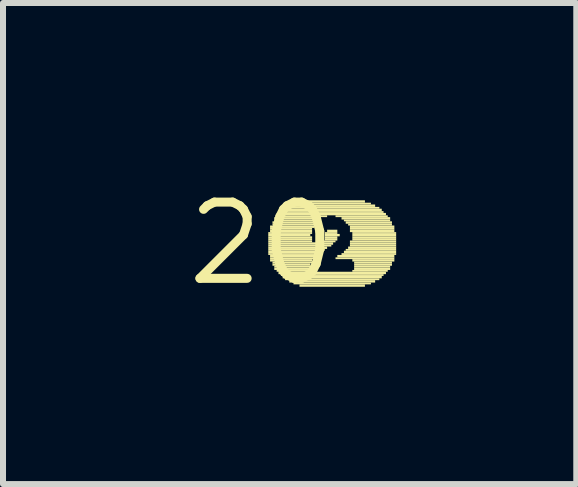
<source format=kicad_pcb>
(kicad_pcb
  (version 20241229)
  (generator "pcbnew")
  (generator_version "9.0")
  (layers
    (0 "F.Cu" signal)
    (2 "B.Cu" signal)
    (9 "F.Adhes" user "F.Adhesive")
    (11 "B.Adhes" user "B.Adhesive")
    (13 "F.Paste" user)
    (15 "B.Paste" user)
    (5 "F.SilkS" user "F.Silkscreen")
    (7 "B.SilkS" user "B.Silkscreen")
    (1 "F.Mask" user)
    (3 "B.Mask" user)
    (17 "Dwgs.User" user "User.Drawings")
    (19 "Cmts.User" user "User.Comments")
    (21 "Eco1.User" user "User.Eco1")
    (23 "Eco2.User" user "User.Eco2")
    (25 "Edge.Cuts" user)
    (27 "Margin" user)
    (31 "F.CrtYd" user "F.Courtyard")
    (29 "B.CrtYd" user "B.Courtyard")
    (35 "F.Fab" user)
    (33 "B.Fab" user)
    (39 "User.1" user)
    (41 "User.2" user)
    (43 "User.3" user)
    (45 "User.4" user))
  (footprint "20"
    (layer "F.Cu")
    (at 1.308 1.006)
    (property "Reference" "20" (at 0 0 0) (layer "F.SilkS") (effects (font (size 1.27 1.27) (thickness 0.15))))
    (fp_poly (pts (xy 0.11 -0.16) (xy 0.84 -0.16) (xy 0.84 -0.19) (xy 0.11 -0.19)) (stroke (width 0) (type default)) (fill yes) (layer "F.SilkS"))
    (fp_poly (pts (xy 0.11 -0.12) (xy 0.81 -0.12) (xy 0.81 -0.16) (xy 0.11 -0.16)) (stroke (width 0) (type default)) (fill yes) (layer "F.SilkS"))
    (fp_poly (pts (xy 0.11 -0.09) (xy 0.84 -0.09) (xy 0.84 -0.12) (xy 0.11 -0.12)) (stroke (width 0) (type default)) (fill yes) (layer "F.SilkS"))
    (fp_poly (pts (xy 0.11 -0.05) (xy 0.84 -0.05) (xy 0.84 -0.09) (xy 0.11 -0.09)) (stroke (width 0) (type default)) (fill yes) (layer "F.SilkS"))
    (fp_poly (pts (xy 0.11 -0.02) (xy 0.84 -0.02) (xy 0.84 -0.05) (xy 0.11 -0.05)) (stroke (width 0) (type default)) (fill yes) (layer "F.SilkS"))
    (fp_poly (pts (xy 0.11 0.02) (xy 1.19 0.02) (xy 1.19 -0.02) (xy 0.11 -0.02)) (stroke (width 0) (type default)) (fill yes) (layer "F.SilkS"))
    (fp_poly (pts (xy 0.11 0.05) (xy 1.16 0.05) (xy 1.16 0.02) (xy 0.11 0.02)) (stroke (width 0) (type default)) (fill yes) (layer "F.SilkS"))
    (fp_poly (pts (xy 0.11 0.09) (xy 1.09 0.09) (xy 1.09 0.05) (xy 0.11 0.05)) (stroke (width 0) (type default)) (fill yes) (layer "F.SilkS"))
    (fp_poly (pts (xy 0.11 0.12) (xy 1.05 0.12) (xy 1.05 0.09) (xy 0.11 0.09)) (stroke (width 0) (type default)) (fill yes) (layer "F.SilkS"))
    (fp_poly (pts (xy 0.11 0.16) (xy 0.98 0.16) (xy 0.98 0.12) (xy 0.11 0.12)) (stroke (width 0) (type default)) (fill yes) (layer "F.SilkS"))
    (fp_poly (pts (xy 0.11 0.19) (xy 0.95 0.19) (xy 0.95 0.16) (xy 0.11 0.16)) (stroke (width 0) (type default)) (fill yes) (layer "F.SilkS"))
    (fp_poly (pts (xy 0.14 -0.26) (xy 0.88 -0.26) (xy 0.88 -0.3) (xy 0.14 -0.3)) (stroke (width 0) (type default)) (fill yes) (layer "F.SilkS"))
    (fp_poly (pts (xy 0.14 -0.23) (xy 0.84 -0.23) (xy 0.84 -0.26) (xy 0.14 -0.26)) (stroke (width 0) (type default)) (fill yes) (layer "F.SilkS"))
    (fp_poly (pts (xy 0.14 -0.19) (xy 0.84 -0.19) (xy 0.84 -0.23) (xy 0.14 -0.23)) (stroke (width 0) (type default)) (fill yes) (layer "F.SilkS"))
    (fp_poly (pts (xy 0.14 0.23) (xy 0.91 0.23) (xy 0.91 0.19) (xy 0.14 0.19)) (stroke (width 0) (type default)) (fill yes) (layer "F.SilkS"))
    (fp_poly (pts (xy 0.14 0.26) (xy 0.88 0.26) (xy 0.88 0.23) (xy 0.14 0.23)) (stroke (width 0) (type default)) (fill yes) (layer "F.SilkS"))
    (fp_poly (pts (xy 0.14 0.3) (xy 0.84 0.3) (xy 0.84 0.26) (xy 0.14 0.26)) (stroke (width 0) (type default)) (fill yes) (layer "F.SilkS"))
    (fp_poly (pts (xy 0.18 -0.33) (xy 0.91 -0.33) (xy 0.91 -0.37) (xy 0.18 -0.37)) (stroke (width 0) (type default)) (fill yes) (layer "F.SilkS"))
    (fp_poly (pts (xy 0.18 -0.3) (xy 0.88 -0.3) (xy 0.88 -0.33) (xy 0.18 -0.33)) (stroke (width 0) (type default)) (fill yes) (layer "F.SilkS"))
    (fp_poly (pts (xy 0.18 0.33) (xy 0.84 0.33) (xy 0.84 0.3) (xy 0.18 0.3)) (stroke (width 0) (type default)) (fill yes) (layer "F.SilkS"))
    (fp_poly (pts (xy 0.18 0.37) (xy 0.81 0.37) (xy 0.81 0.33) (xy 0.18 0.33)) (stroke (width 0) (type default)) (fill yes) (layer "F.SilkS"))
    (fp_poly (pts (xy 0.21 -0.4) (xy 0.98 -0.4) (xy 0.98 -0.44) (xy 0.21 -0.44)) (stroke (width 0) (type default)) (fill yes) (layer "F.SilkS"))
    (fp_poly (pts (xy 0.21 -0.37) (xy 0.95 -0.37) (xy 0.95 -0.4) (xy 0.21 -0.4)) (stroke (width 0) (type default)) (fill yes) (layer "F.SilkS"))
    (fp_poly (pts (xy 0.21 0.4) (xy 0.84 0.4) (xy 0.84 0.37) (xy 0.21 0.37)) (stroke (width 0) (type default)) (fill yes) (layer "F.SilkS"))
    (fp_poly (pts (xy 0.21 0.44) (xy 0.84 0.44) (xy 0.84 0.4) (xy 0.21 0.4)) (stroke (width 0) (type default)) (fill yes) (layer "F.SilkS"))
    (fp_poly (pts (xy 0.25 -0.44) (xy 1.09 -0.44) (xy 1.09 -0.47) (xy 0.25 -0.47)) (stroke (width 0) (type default)) (fill yes) (layer "F.SilkS"))
    (fp_poly (pts (xy 0.25 0.47) (xy 0.88 0.47) (xy 0.88 0.44) (xy 0.25 0.44)) (stroke (width 0) (type default)) (fill yes) (layer "F.SilkS"))
    (fp_poly (pts (xy 0.28 -0.47) (xy 2.07 -0.47) (xy 2.07 -0.51) (xy 0.28 -0.51)) (stroke (width 0) (type default)) (fill yes) (layer "F.SilkS"))
    (fp_poly (pts (xy 0.28 0.51) (xy 2.07 0.51) (xy 2.07 0.47) (xy 0.28 0.47)) (stroke (width 0) (type default)) (fill yes) (layer "F.SilkS"))
    (fp_poly (pts (xy 0.32 -0.51) (xy 2.03 -0.51) (xy 2.03 -0.54) (xy 0.32 -0.54)) (stroke (width 0) (type default)) (fill yes) (layer "F.SilkS"))
    (fp_poly (pts (xy 0.32 0.54) (xy 2.03 0.54) (xy 2.03 0.51) (xy 0.32 0.51)) (stroke (width 0) (type default)) (fill yes) (layer "F.SilkS"))
    (fp_poly (pts (xy 0.35 -0.54) (xy 2 -0.54) (xy 2 -0.58) (xy 0.35 -0.58)) (stroke (width 0) (type default)) (fill yes) (layer "F.SilkS"))
    (fp_poly (pts (xy 0.35 0.58) (xy 2 0.58) (xy 2 0.54) (xy 0.35 0.54)) (stroke (width 0) (type default)) (fill yes) (layer "F.SilkS"))
    (fp_poly (pts (xy 0.39 -0.58) (xy 1.96 -0.58) (xy 1.96 -0.61) (xy 0.39 -0.61)) (stroke (width 0) (type default)) (fill yes) (layer "F.SilkS"))
    (fp_poly (pts (xy 0.39 0.61) (xy 1.96 0.61) (xy 1.96 0.58) (xy 0.39 0.58)) (stroke (width 0) (type default)) (fill yes) (layer "F.SilkS"))
    (fp_poly (pts (xy 0.46 -0.61) (xy 1.89 -0.61) (xy 1.89 -0.65) (xy 0.46 -0.65)) (stroke (width 0) (type default)) (fill yes) (layer "F.SilkS"))
    (fp_poly (pts (xy 0.46 0.65) (xy 1.89 0.65) (xy 1.89 0.61) (xy 0.46 0.61)) (stroke (width 0) (type default)) (fill yes) (layer "F.SilkS"))
    (fp_poly (pts (xy 0.53 -0.65) (xy 1.82 -0.65) (xy 1.82 -0.68) (xy 0.53 -0.68)) (stroke (width 0) (type default)) (fill yes) (layer "F.SilkS"))
    (fp_poly (pts (xy 0.53 0.68) (xy 1.82 0.68) (xy 1.82 0.65) (xy 0.53 0.65)) (stroke (width 0) (type default)) (fill yes) (layer "F.SilkS"))
    (fp_poly (pts (xy 0.63 -0.68) (xy 1.72 -0.68) (xy 1.72 -0.72) (xy 0.63 -0.72)) (stroke (width 0) (type default)) (fill yes) (layer "F.SilkS"))
    (fp_poly (pts (xy 0.63 0.72) (xy 1.72 0.72) (xy 1.72 0.68) (xy 0.63 0.68)) (stroke (width 0) (type default)) (fill yes) (layer "F.SilkS"))
    (fp_poly (pts (xy 1.02 -0.02) (xy 1.23 -0.02) (xy 1.23 -0.05) (xy 1.02 -0.05)) (stroke (width 0) (type default)) (fill yes) (layer "F.SilkS"))
    (fp_poly (pts (xy 1.05 -0.16) (xy 1.26 -0.16) (xy 1.26 -0.19) (xy 1.05 -0.19)) (stroke (width 0) (type default)) (fill yes) (layer "F.SilkS"))
    (fp_poly (pts (xy 1.05 -0.12) (xy 1.3 -0.12) (xy 1.3 -0.16) (xy 1.05 -0.16)) (stroke (width 0) (type default)) (fill yes) (layer "F.SilkS"))
    (fp_poly (pts (xy 1.05 -0.09) (xy 1.26 -0.09) (xy 1.26 -0.12) (xy 1.05 -0.12)) (stroke (width 0) (type default)) (fill yes) (layer "F.SilkS"))
    (fp_poly (pts (xy 1.05 -0.05) (xy 1.26 -0.05) (xy 1.26 -0.09) (xy 1.05 -0.09)) (stroke (width 0) (type default)) (fill yes) (layer "F.SilkS"))
    (fp_poly (pts (xy 1.09 -0.19) (xy 1.26 -0.19) (xy 1.26 -0.23) (xy 1.09 -0.23)) (stroke (width 0) (type default)) (fill yes) (layer "F.SilkS"))
    (fp_poly (pts (xy 1.23 -0.44) (xy 2.1 -0.44) (xy 2.1 -0.47) (xy 1.23 -0.47)) (stroke (width 0) (type default)) (fill yes) (layer "F.SilkS"))
    (fp_poly (pts (xy 1.23 0.26) (xy 2.21 0.26) (xy 2.21 0.23) (xy 1.23 0.23)) (stroke (width 0) (type default)) (fill yes) (layer "F.SilkS"))
    (fp_poly (pts (xy 1.26 0.23) (xy 2.21 0.23) (xy 2.21 0.19) (xy 1.26 0.19)) (stroke (width 0) (type default)) (fill yes) (layer "F.SilkS"))
    (fp_poly (pts (xy 1.33 -0.4) (xy 2.14 -0.4) (xy 2.14 -0.44) (xy 1.33 -0.44)) (stroke (width 0) (type default)) (fill yes) (layer "F.SilkS"))
    (fp_poly (pts (xy 1.33 0.19) (xy 2.24 0.19) (xy 2.24 0.16) (xy 1.33 0.16)) (stroke (width 0) (type default)) (fill yes) (layer "F.SilkS"))
    (fp_poly (pts (xy 1.37 -0.37) (xy 2.14 -0.37) (xy 2.14 -0.4) (xy 1.37 -0.4)) (stroke (width 0) (type default)) (fill yes) (layer "F.SilkS"))
    (fp_poly (pts (xy 1.37 0.16) (xy 2.24 0.16) (xy 2.24 0.12) (xy 1.37 0.12)) (stroke (width 0) (type default)) (fill yes) (layer "F.SilkS"))
    (fp_poly (pts (xy 1.4 -0.33) (xy 2.17 -0.33) (xy 2.17 -0.37) (xy 1.4 -0.37)) (stroke (width 0) (type default)) (fill yes) (layer "F.SilkS"))
    (fp_poly (pts (xy 1.4 0.12) (xy 2.24 0.12) (xy 2.24 0.09) (xy 1.4 0.09)) (stroke (width 0) (type default)) (fill yes) (layer "F.SilkS"))
    (fp_poly (pts (xy 1.44 -0.3) (xy 2.17 -0.3) (xy 2.17 -0.33) (xy 1.44 -0.33)) (stroke (width 0) (type default)) (fill yes) (layer "F.SilkS"))
    (fp_poly (pts (xy 1.44 0.09) (xy 2.24 0.09) (xy 2.24 0.05) (xy 1.44 0.05)) (stroke (width 0) (type default)) (fill yes) (layer "F.SilkS"))
    (fp_poly (pts (xy 1.47 -0.26) (xy 2.21 -0.26) (xy 2.21 -0.3) (xy 1.47 -0.3)) (stroke (width 0) (type default)) (fill yes) (layer "F.SilkS"))
    (fp_poly (pts (xy 1.47 -0.23) (xy 2.21 -0.23) (xy 2.21 -0.26) (xy 1.47 -0.26)) (stroke (width 0) (type default)) (fill yes) (layer "F.SilkS"))
    (fp_poly (pts (xy 1.47 -0.19) (xy 2.21 -0.19) (xy 2.21 -0.23) (xy 1.47 -0.23)) (stroke (width 0) (type default)) (fill yes) (layer "F.SilkS"))
    (fp_poly (pts (xy 1.47 -0.02) (xy 2.24 -0.02) (xy 2.24 -0.05) (xy 1.47 -0.05)) (stroke (width 0) (type default)) (fill yes) (layer "F.SilkS"))
    (fp_poly (pts (xy 1.47 0.02) (xy 2.24 0.02) (xy 2.24 -0.02) (xy 1.47 -0.02)) (stroke (width 0) (type default)) (fill yes) (layer "F.SilkS"))
    (fp_poly (pts (xy 1.47 0.05) (xy 2.24 0.05) (xy 2.24 0.02) (xy 1.47 0.02)) (stroke (width 0) (type default)) (fill yes) (layer "F.SilkS"))
    (fp_poly (pts (xy 1.51 -0.16) (xy 2.24 -0.16) (xy 2.24 -0.19) (xy 1.51 -0.19)) (stroke (width 0) (type default)) (fill yes) (layer "F.SilkS"))
    (fp_poly (pts (xy 1.51 -0.12) (xy 2.24 -0.12) (xy 2.24 -0.16) (xy 1.51 -0.16)) (stroke (width 0) (type default)) (fill yes) (layer "F.SilkS"))
    (fp_poly (pts (xy 1.51 -0.09) (xy 2.24 -0.09) (xy 2.24 -0.12) (xy 1.51 -0.12)) (stroke (width 0) (type default)) (fill yes) (layer "F.SilkS"))
    (fp_poly (pts (xy 1.51 -0.05) (xy 2.24 -0.05) (xy 2.24 -0.09) (xy 1.51 -0.09)) (stroke (width 0) (type default)) (fill yes) (layer "F.SilkS"))
    (fp_poly (pts (xy 1.51 0.3) (xy 2.21 0.3) (xy 2.21 0.26) (xy 1.51 0.26)) (stroke (width 0) (type default)) (fill yes) (layer "F.SilkS"))
    (fp_poly (pts (xy 1.51 0.47) (xy 2.1 0.47) (xy 2.1 0.44) (xy 1.51 0.44)) (stroke (width 0) (type default)) (fill yes) (layer "F.SilkS"))
    (fp_poly (pts (xy 1.54 0.33) (xy 2.17 0.33) (xy 2.17 0.3) (xy 1.54 0.3)) (stroke (width 0) (type default)) (fill yes) (layer "F.SilkS"))
    (fp_poly (pts (xy 1.54 0.37) (xy 2.17 0.37) (xy 2.17 0.33) (xy 1.54 0.33)) (stroke (width 0) (type default)) (fill yes) (layer "F.SilkS"))
    (fp_poly (pts (xy 1.54 0.4) (xy 2.14 0.4) (xy 2.14 0.37) (xy 1.54 0.37)) (stroke (width 0) (type default)) (fill yes) (layer "F.SilkS"))
    (fp_poly (pts (xy 1.54 0.44) (xy 2.14 0.44) (xy 2.14 0.4) (xy 1.54 0.4)) (stroke (width 0) (type default)) (fill yes) (layer "F.SilkS")))
  (gr_rect
    (start -3 -3)
    (end 6.548 5.012)
    (stroke (width 0.1) (type default))
    (fill no)
    (layer "Edge.Cuts")))
</source>
